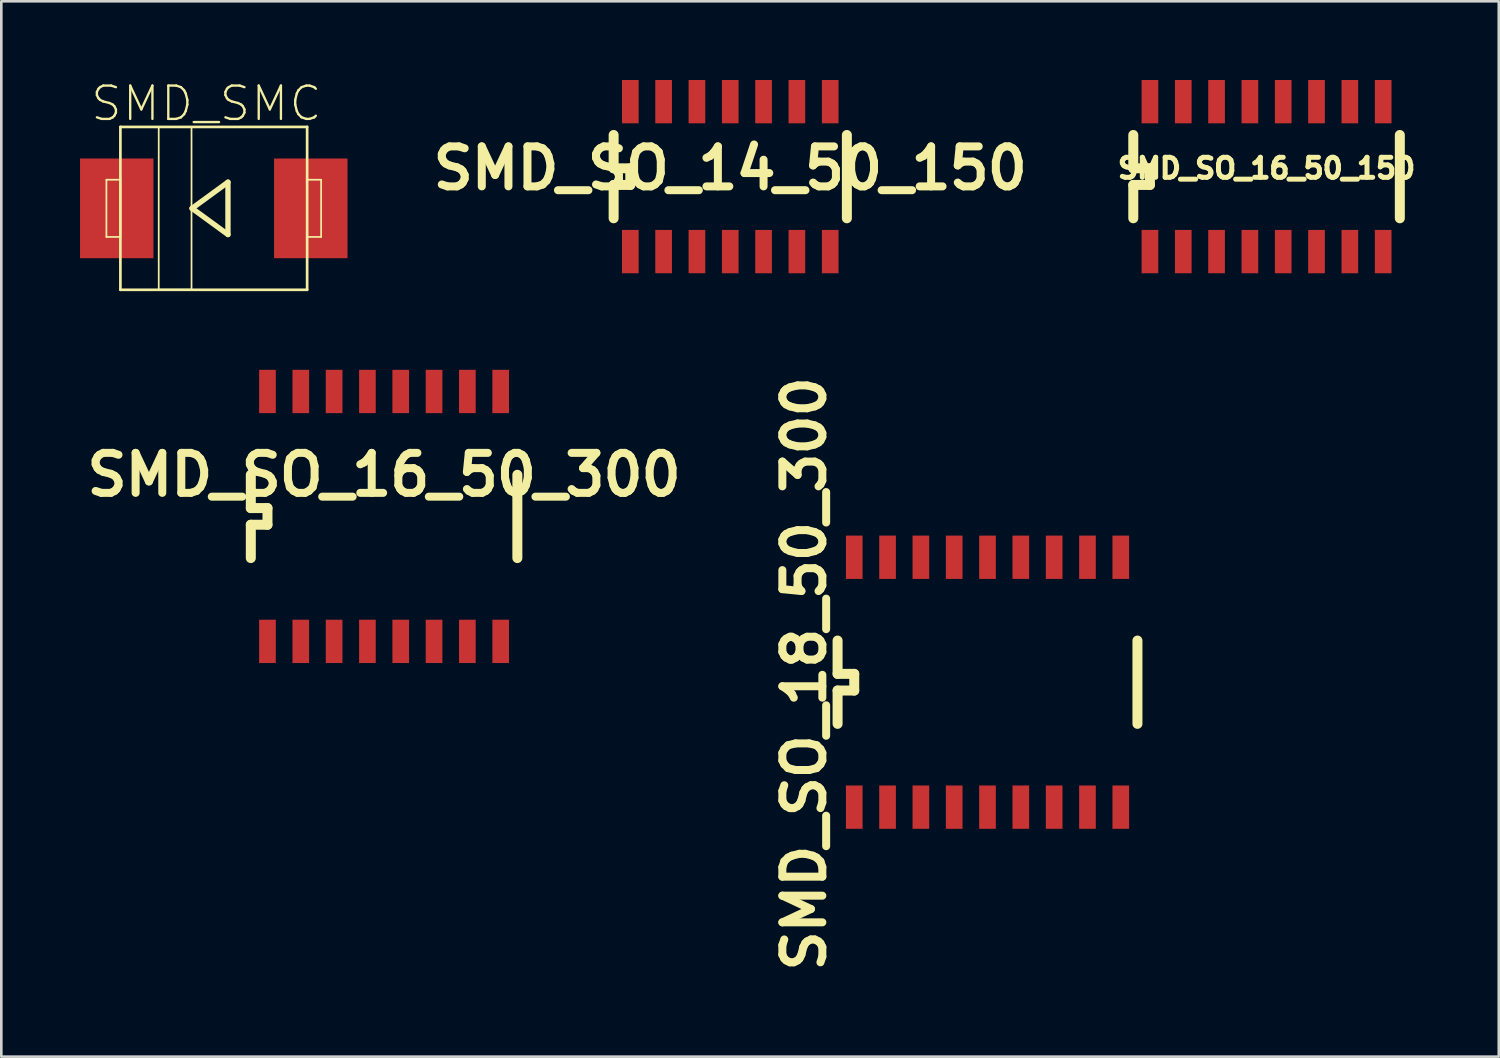
<source format=kicad_pcb>
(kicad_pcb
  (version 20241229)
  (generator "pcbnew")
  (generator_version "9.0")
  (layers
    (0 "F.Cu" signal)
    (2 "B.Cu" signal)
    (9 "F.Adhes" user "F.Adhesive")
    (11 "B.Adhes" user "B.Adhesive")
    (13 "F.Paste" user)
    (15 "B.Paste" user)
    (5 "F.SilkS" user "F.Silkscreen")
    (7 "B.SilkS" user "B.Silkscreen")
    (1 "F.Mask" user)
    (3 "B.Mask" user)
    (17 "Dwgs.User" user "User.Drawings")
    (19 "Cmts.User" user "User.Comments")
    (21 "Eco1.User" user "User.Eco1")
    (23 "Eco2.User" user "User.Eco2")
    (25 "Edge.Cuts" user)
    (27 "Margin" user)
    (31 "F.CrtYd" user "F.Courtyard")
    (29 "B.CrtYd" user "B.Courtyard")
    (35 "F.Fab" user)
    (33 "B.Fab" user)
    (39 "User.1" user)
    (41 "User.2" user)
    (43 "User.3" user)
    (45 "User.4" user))
  (footprint "SMD_SO_18_50_300"
    (layer "F.Cu")
    (at 29.511 27.716)
    (property "Reference" "SMD_SO_18_50_300" (at -1.905 -5.08 90) (layer "F.SilkS") (effects (font (size 1.524 1.524) (thickness 0.305))))
    (attr through_hole)
    (fp_line (start -0.635 -6.35) (end -0.635 -5.08) (stroke (width 0.381) (type solid)) (layer "F.SilkS"))
    (fp_line (start -0.635 -5.08) (end 0 -5.08) (stroke (width 0.381) (type solid)) (layer "F.SilkS"))
    (fp_line (start -0.635 -4.445) (end -0.635 -3.175) (stroke (width 0.381) (type solid)) (layer "F.SilkS"))
    (fp_line (start 0 -5.08) (end 0 -4.445) (stroke (width 0.381) (type solid)) (layer "F.SilkS"))
    (fp_line (start 0 -4.445) (end -0.635 -4.445) (stroke (width 0.381) (type solid)) (layer "F.SilkS"))
    (fp_line (start 10.795 -6.35) (end 10.795 -3.175) (stroke (width 0.381) (type solid)) (layer "F.SilkS"))
    (pad "1" smd rect (at 0 0) (size 0.635 1.651) (layers "F.Cu" "F.Mask" "F.Paste"))
    (pad "2" smd rect (at 1.27 0) (size 0.635 1.651) (layers "F.Cu" "F.Mask" "F.Paste"))
    (pad "3" smd rect (at 2.54 0) (size 0.635 1.651) (layers "F.Cu" "F.Mask" "F.Paste"))
    (pad "4" smd rect (at 3.81 0) (size 0.635 1.651) (layers "F.Cu" "F.Mask" "F.Paste"))
    (pad "5" smd rect (at 5.08 0) (size 0.635 1.651) (layers "F.Cu" "F.Mask" "F.Paste"))
    (pad "6" smd rect (at 6.35 0) (size 0.635 1.651) (layers "F.Cu" "F.Mask" "F.Paste"))
    (pad "7" smd rect (at 7.62 0) (size 0.635 1.651) (layers "F.Cu" "F.Mask" "F.Paste"))
    (pad "8" smd rect (at 8.89 0) (size 0.635 1.651) (layers "F.Cu" "F.Mask" "F.Paste"))
    (pad "9" smd rect (at 10.16 0) (size 0.635 1.651) (layers "F.Cu" "F.Mask" "F.Paste"))
    (pad "10" smd rect (at 10.16 -9.525) (size 0.635 1.651) (layers "F.Cu" "F.Mask" "F.Paste"))
    (pad "11" smd rect (at 8.89 -9.525) (size 0.635 1.651) (layers "F.Cu" "F.Mask" "F.Paste"))
    (pad "12" smd rect (at 7.62 -9.525) (size 0.635 1.651) (layers "F.Cu" "F.Mask" "F.Paste"))
    (pad "13" smd rect (at 6.35 -9.525) (size 0.635 1.651) (layers "F.Cu" "F.Mask" "F.Paste"))
    (pad "14" smd rect (at 5.08 -9.525) (size 0.635 1.651) (layers "F.Cu" "F.Mask" "F.Paste"))
    (pad "15" smd rect (at 3.81 -9.525) (size 0.635 1.651) (layers "F.Cu" "F.Mask" "F.Paste"))
    (pad "16" smd rect (at 2.54 -9.525) (size 0.635 1.651) (layers "F.Cu" "F.Mask" "F.Paste"))
    (pad "17" smd rect (at 1.27 -9.525) (size 0.635 1.651) (layers "F.Cu" "F.Mask" "F.Paste"))
    (pad "18" smd rect (at 0 -9.525) (size 0.635 1.651) (layers "F.Cu" "F.Mask" "F.Paste")))
  (footprint "SMD_SO_14_50_150"
    (layer "F.Cu")
    (at 20.975 6.54)
    (property "Reference" "SMD_SO_14_50_150" (at 3.81 -3.175 180) (layer "F.SilkS") (effects (font (size 1.524 1.524) (thickness 0.305))))
    (attr through_hole)
    (fp_line (start -0.635 -4.445) (end -0.635 -3.175) (stroke (width 0.381) (type solid)) (layer "F.SilkS"))
    (fp_line (start -0.635 -3.175) (end 0 -3.175) (stroke (width 0.381) (type solid)) (layer "F.SilkS"))
    (fp_line (start -0.635 -2.54) (end -0.635 -1.27) (stroke (width 0.381) (type solid)) (layer "F.SilkS"))
    (fp_line (start 0 -3.175) (end 0 -2.54) (stroke (width 0.381) (type solid)) (layer "F.SilkS"))
    (fp_line (start 0 -2.54) (end -0.635 -2.54) (stroke (width 0.381) (type solid)) (layer "F.SilkS"))
    (fp_line (start 8.255 -4.445) (end 8.255 -1.27) (stroke (width 0.381) (type solid)) (layer "F.SilkS"))
    (pad "1" smd rect (at 0 0) (size 0.635 1.651) (layers "F.Cu" "F.Mask" "F.Paste"))
    (pad "2" smd rect (at 1.27 0) (size 0.635 1.651) (layers "F.Cu" "F.Mask" "F.Paste"))
    (pad "3" smd rect (at 2.54 0) (size 0.635 1.651) (layers "F.Cu" "F.Mask" "F.Paste"))
    (pad "4" smd rect (at 3.81 0) (size 0.635 1.651) (layers "F.Cu" "F.Mask" "F.Paste"))
    (pad "5" smd rect (at 5.08 0) (size 0.635 1.651) (layers "F.Cu" "F.Mask" "F.Paste"))
    (pad "6" smd rect (at 6.35 0) (size 0.635 1.651) (layers "F.Cu" "F.Mask" "F.Paste"))
    (pad "7" smd rect (at 7.62 0) (size 0.635 1.651) (layers "F.Cu" "F.Mask" "F.Paste"))
    (pad "8" smd rect (at 7.62 -5.715) (size 0.635 1.651) (layers "F.Cu" "F.Mask" "F.Paste"))
    (pad "9" smd rect (at 6.35 -5.715) (size 0.635 1.651) (layers "F.Cu" "F.Mask" "F.Paste"))
    (pad "10" smd rect (at 5.08 -5.715) (size 0.635 1.651) (layers "F.Cu" "F.Mask" "F.Paste"))
    (pad "11" smd rect (at 3.81 -5.715) (size 0.635 1.651) (layers "F.Cu" "F.Mask" "F.Paste"))
    (pad "12" smd rect (at 2.54 -5.715) (size 0.635 1.651) (layers "F.Cu" "F.Mask" "F.Paste"))
    (pad "13" smd rect (at 1.27 -5.715) (size 0.635 1.651) (layers "F.Cu" "F.Mask" "F.Paste"))
    (pad "14" smd rect (at 0 -5.715) (size 0.635 1.651) (layers "F.Cu" "F.Mask" "F.Paste")))
  (footprint "SMD_SO_16_50_300"
    (layer "F.Cu")
    (at 7.145 21.397)
    (property "Reference" "SMD_SO_16_50_300" (at 4.445 -6.35 180) (layer "F.SilkS") (effects (font (size 1.524 1.524) (thickness 0.305))))
    (attr through_hole)
    (fp_line (start -0.635 -6.35) (end -0.635 -5.08) (stroke (width 0.381) (type solid)) (layer "F.SilkS"))
    (fp_line (start -0.635 -5.08) (end 0 -5.08) (stroke (width 0.381) (type solid)) (layer "F.SilkS"))
    (fp_line (start -0.635 -4.445) (end -0.635 -3.175) (stroke (width 0.381) (type solid)) (layer "F.SilkS"))
    (fp_line (start 0 -5.08) (end 0 -4.445) (stroke (width 0.381) (type solid)) (layer "F.SilkS"))
    (fp_line (start 0 -4.445) (end -0.635 -4.445) (stroke (width 0.381) (type solid)) (layer "F.SilkS"))
    (fp_line (start 9.525 -6.35) (end 9.525 -3.175) (stroke (width 0.381) (type solid)) (layer "F.SilkS"))
    (pad "1" smd rect (at 0 0) (size 0.635 1.651) (layers "F.Cu" "F.Mask" "F.Paste"))
    (pad "2" smd rect (at 1.27 0) (size 0.635 1.651) (layers "F.Cu" "F.Mask" "F.Paste"))
    (pad "3" smd rect (at 2.54 0) (size 0.635 1.651) (layers "F.Cu" "F.Mask" "F.Paste"))
    (pad "4" smd rect (at 3.81 0) (size 0.635 1.651) (layers "F.Cu" "F.Mask" "F.Paste"))
    (pad "5" smd rect (at 5.08 0) (size 0.635 1.651) (layers "F.Cu" "F.Mask" "F.Paste"))
    (pad "6" smd rect (at 6.35 0) (size 0.635 1.651) (layers "F.Cu" "F.Mask" "F.Paste"))
    (pad "7" smd rect (at 7.62 0) (size 0.635 1.651) (layers "F.Cu" "F.Mask" "F.Paste"))
    (pad "8" smd rect (at 8.89 0) (size 0.635 1.651) (layers "F.Cu" "F.Mask" "F.Paste"))
    (pad "9" smd rect (at 8.89 -9.525) (size 0.635 1.651) (layers "F.Cu" "F.Mask" "F.Paste"))
    (pad "10" smd rect (at 7.62 -9.525) (size 0.635 1.651) (layers "F.Cu" "F.Mask" "F.Paste"))
    (pad "11" smd rect (at 6.35 -9.525) (size 0.635 1.651) (layers "F.Cu" "F.Mask" "F.Paste"))
    (pad "12" smd rect (at 5.08 -9.525) (size 0.635 1.651) (layers "F.Cu" "F.Mask" "F.Paste"))
    (pad "13" smd rect (at 3.81 -9.525) (size 0.635 1.651) (layers "F.Cu" "F.Mask" "F.Paste"))
    (pad "14" smd rect (at 2.54 -9.525) (size 0.635 1.651) (layers "F.Cu" "F.Mask" "F.Paste"))
    (pad "15" smd rect (at 1.27 -9.525) (size 0.635 1.651) (layers "F.Cu" "F.Mask" "F.Paste"))
    (pad "16" smd rect (at 0 -9.525) (size 0.635 1.651) (layers "F.Cu" "F.Mask" "F.Paste")))
  (footprint "SMD_SMC"
    (layer "F.Cu")
    (at 5.098 4.892)
    (property "Reference" "SMD_SMC" (at -0.282 -3.993 0) (layer "F.SilkS") (effects (font (size 1.27 1.27) (thickness 0.089))))
    (attr smd)
    (fp_line (start -4.092 -1.09) (end -3.559 -1.09) (stroke (width 0.066) (type solid)) (layer "F.SilkS"))
    (fp_line (start -4.092 1.09) (end -4.092 -1.09) (stroke (width 0.066) (type solid)) (layer "F.SilkS"))
    (fp_line (start -4.092 1.09) (end -3.559 1.09) (stroke (width 0.066) (type solid)) (layer "F.SilkS"))
    (fp_line (start -3.559 -3.104) (end 3.559 -3.104) (stroke (width 0.102) (type solid)) (layer "F.SilkS"))
    (fp_line (start -3.559 1.09) (end -3.559 -1.09) (stroke (width 0.066) (type solid)) (layer "F.SilkS"))
    (fp_line (start -3.559 3.104) (end -3.559 -3.104) (stroke (width 0.102) (type solid)) (layer "F.SilkS"))
    (fp_line (start -3.559 3.104) (end 3.559 3.104) (stroke (width 0.102) (type solid)) (layer "F.SilkS"))
    (fp_line (start -2.098 -3.099) (end -0.848 -3.099) (stroke (width 0.066) (type solid)) (layer "F.SilkS"))
    (fp_line (start -2.098 3.099) (end -2.098 -3.099) (stroke (width 0.066) (type solid)) (layer "F.SilkS"))
    (fp_line (start -2.098 3.099) (end -0.848 3.099) (stroke (width 0.066) (type solid)) (layer "F.SilkS"))
    (fp_line (start -0.848 3.099) (end -0.848 -3.099) (stroke (width 0.066) (type solid)) (layer "F.SilkS"))
    (fp_line (start -0.828 0) (end 0.541 0.998) (stroke (width 0.203) (type solid)) (layer "F.SilkS"))
    (fp_line (start 0.541 -0.998) (end -0.828 0) (stroke (width 0.203) (type solid)) (layer "F.SilkS"))
    (fp_line (start 0.541 0.998) (end 0.541 -0.998) (stroke (width 0.203) (type solid)) (layer "F.SilkS"))
    (fp_line (start 3.559 -1.09) (end 4.092 -1.09) (stroke (width 0.066) (type solid)) (layer "F.SilkS"))
    (fp_line (start 3.559 1.09) (end 3.559 -1.09) (stroke (width 0.066) (type solid)) (layer "F.SilkS"))
    (fp_line (start 3.559 1.09) (end 4.092 1.09) (stroke (width 0.066) (type solid)) (layer "F.SilkS"))
    (fp_line (start 3.559 3.104) (end 3.559 -3.104) (stroke (width 0.102) (type solid)) (layer "F.SilkS"))
    (fp_line (start 4.092 1.09) (end 4.092 -1.09) (stroke (width 0.066) (type solid)) (layer "F.SilkS"))
    (pad "1" smd rect (at -3.698 0) (size 2.799 3.8) (layers "F.Cu" "F.Mask" "F.Paste"))
    (pad "2" smd rect (at 3.698 0) (size 2.799 3.8) (layers "F.Cu" "F.Mask" "F.Paste")))
  (footprint "SMD_SO_16_50_150"
    (layer "F.Cu")
    (at 40.782 6.54)
    (property "Reference" "SMD_SO_16_50_150" (at 4.445 -3.175 180) (layer "F.SilkS") (effects (font (size 0.762 0.762) (thickness 0.191))))
    (attr through_hole)
    (fp_line (start -0.635 -4.445) (end -0.635 -3.175) (stroke (width 0.381) (type solid)) (layer "F.SilkS"))
    (fp_line (start -0.635 -3.175) (end 0 -3.175) (stroke (width 0.381) (type solid)) (layer "F.SilkS"))
    (fp_line (start -0.635 -2.54) (end -0.635 -1.27) (stroke (width 0.381) (type solid)) (layer "F.SilkS"))
    (fp_line (start 0 -3.175) (end 0 -2.54) (stroke (width 0.381) (type solid)) (layer "F.SilkS"))
    (fp_line (start 0 -2.54) (end -0.635 -2.54) (stroke (width 0.381) (type solid)) (layer "F.SilkS"))
    (fp_line (start 9.525 -4.445) (end 9.525 -1.27) (stroke (width 0.381) (type solid)) (layer "F.SilkS"))
    (pad "1" smd rect (at 0 0) (size 0.635 1.651) (layers "F.Cu" "F.Mask" "F.Paste"))
    (pad "2" smd rect (at 1.27 0) (size 0.635 1.651) (layers "F.Cu" "F.Mask" "F.Paste"))
    (pad "3" smd rect (at 2.54 0) (size 0.635 1.651) (layers "F.Cu" "F.Mask" "F.Paste"))
    (pad "4" smd rect (at 3.81 0) (size 0.635 1.651) (layers "F.Cu" "F.Mask" "F.Paste"))
    (pad "5" smd rect (at 5.08 0) (size 0.635 1.651) (layers "F.Cu" "F.Mask" "F.Paste"))
    (pad "6" smd rect (at 6.35 0) (size 0.635 1.651) (layers "F.Cu" "F.Mask" "F.Paste"))
    (pad "7" smd rect (at 7.62 0) (size 0.635 1.651) (layers "F.Cu" "F.Mask" "F.Paste"))
    (pad "8" smd rect (at 8.89 0) (size 0.635 1.651) (layers "F.Cu" "F.Mask" "F.Paste"))
    (pad "9" smd rect (at 8.89 -5.715) (size 0.635 1.651) (layers "F.Cu" "F.Mask" "F.Paste"))
    (pad "10" smd rect (at 7.62 -5.715) (size 0.635 1.651) (layers "F.Cu" "F.Mask" "F.Paste"))
    (pad "11" smd rect (at 6.35 -5.715) (size 0.635 1.651) (layers "F.Cu" "F.Mask" "F.Paste"))
    (pad "12" smd rect (at 5.08 -5.715) (size 0.635 1.651) (layers "F.Cu" "F.Mask" "F.Paste"))
    (pad "13" smd rect (at 3.81 -5.715) (size 0.635 1.651) (layers "F.Cu" "F.Mask" "F.Paste"))
    (pad "14" smd rect (at 2.54 -5.715) (size 0.635 1.651) (layers "F.Cu" "F.Mask" "F.Paste"))
    (pad "15" smd rect (at 1.27 -5.715) (size 0.635 1.651) (layers "F.Cu" "F.Mask" "F.Paste"))
    (pad "16" smd rect (at 0 -5.715) (size 0.635 1.651) (layers "F.Cu" "F.Mask" "F.Paste")))
  (gr_rect
    (start -3 -3)
    (end 54.079 37.226)
    (stroke (width 0.1) (type default))
    (fill no)
    (layer "Edge.Cuts")))
</source>
